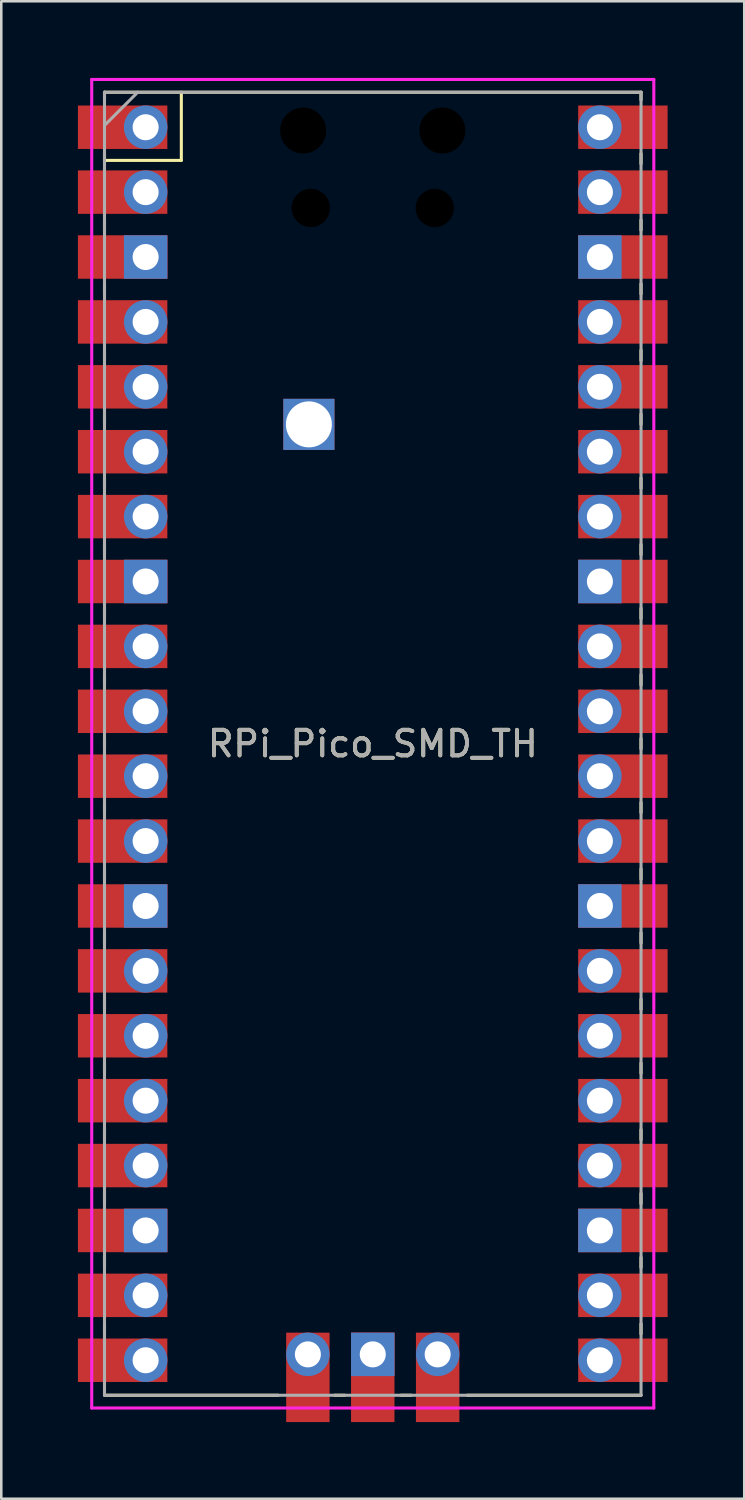
<source format=kicad_pcb>
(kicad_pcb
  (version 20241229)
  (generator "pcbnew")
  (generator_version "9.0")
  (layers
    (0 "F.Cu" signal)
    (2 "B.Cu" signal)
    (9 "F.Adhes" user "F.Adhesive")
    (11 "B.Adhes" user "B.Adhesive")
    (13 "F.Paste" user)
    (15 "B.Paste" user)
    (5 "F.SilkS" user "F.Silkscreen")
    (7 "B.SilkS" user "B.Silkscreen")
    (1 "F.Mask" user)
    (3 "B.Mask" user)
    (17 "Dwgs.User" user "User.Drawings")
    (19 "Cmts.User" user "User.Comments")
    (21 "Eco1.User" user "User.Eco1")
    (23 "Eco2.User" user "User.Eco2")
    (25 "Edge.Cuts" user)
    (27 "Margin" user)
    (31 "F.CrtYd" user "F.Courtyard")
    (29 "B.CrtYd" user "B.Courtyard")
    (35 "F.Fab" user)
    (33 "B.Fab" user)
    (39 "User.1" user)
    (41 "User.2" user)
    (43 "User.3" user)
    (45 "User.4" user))
  (footprint "RPi_Pico_SMD_TH"
    (layer "F.Cu")
    (at 11.54 26.06)
    (property "Reference" "RPi_Pico_SMD_TH" (at 0 0 0) (layer "F.SilkS") (effects (font (size 1 1) (thickness 0.15))))
    (attr through_hole)
    (fp_line (start -10.5 -25.5) (end -10.5 -25.2) (stroke (width 0.12) (type solid)) (layer "F.SilkS"))
    (fp_line (start -10.5 -25.5) (end 10.5 -25.5) (stroke (width 0.12) (type solid)) (layer "F.SilkS"))
    (fp_line (start -10.5 -23.1) (end -10.5 -22.7) (stroke (width 0.12) (type solid)) (layer "F.SilkS"))
    (fp_line (start -10.5 -22.833) (end -7.493 -22.833) (stroke (width 0.12) (type solid)) (layer "F.SilkS"))
    (fp_line (start -10.5 -20.5) (end -10.5 -20.1) (stroke (width 0.12) (type solid)) (layer "F.SilkS"))
    (fp_line (start -10.5 -18) (end -10.5 -17.6) (stroke (width 0.12) (type solid)) (layer "F.SilkS"))
    (fp_line (start -10.5 -15.4) (end -10.5 -15) (stroke (width 0.12) (type solid)) (layer "F.SilkS"))
    (fp_line (start -10.5 -12.9) (end -10.5 -12.5) (stroke (width 0.12) (type solid)) (layer "F.SilkS"))
    (fp_line (start -10.5 -10.4) (end -10.5 -10) (stroke (width 0.12) (type solid)) (layer "F.SilkS"))
    (fp_line (start -10.5 -7.8) (end -10.5 -7.4) (stroke (width 0.12) (type solid)) (layer "F.SilkS"))
    (fp_line (start -10.5 -5.3) (end -10.5 -4.9) (stroke (width 0.12) (type solid)) (layer "F.SilkS"))
    (fp_line (start -10.5 -2.7) (end -10.5 -2.3) (stroke (width 0.12) (type solid)) (layer "F.SilkS"))
    (fp_line (start -10.5 -0.2) (end -10.5 0.2) (stroke (width 0.12) (type solid)) (layer "F.SilkS"))
    (fp_line (start -10.5 2.3) (end -10.5 2.7) (stroke (width 0.12) (type solid)) (layer "F.SilkS"))
    (fp_line (start -10.5 4.9) (end -10.5 5.3) (stroke (width 0.12) (type solid)) (layer "F.SilkS"))
    (fp_line (start -10.5 7.4) (end -10.5 7.8) (stroke (width 0.12) (type solid)) (layer "F.SilkS"))
    (fp_line (start -10.5 10) (end -10.5 10.4) (stroke (width 0.12) (type solid)) (layer "F.SilkS"))
    (fp_line (start -10.5 12.5) (end -10.5 12.9) (stroke (width 0.12) (type solid)) (layer "F.SilkS"))
    (fp_line (start -10.5 15.1) (end -10.5 15.5) (stroke (width 0.12) (type solid)) (layer "F.SilkS"))
    (fp_line (start -10.5 17.6) (end -10.5 18) (stroke (width 0.12) (type solid)) (layer "F.SilkS"))
    (fp_line (start -10.5 20.1) (end -10.5 20.5) (stroke (width 0.12) (type solid)) (layer "F.SilkS"))
    (fp_line (start -10.5 22.7) (end -10.5 23.1) (stroke (width 0.12) (type solid)) (layer "F.SilkS"))
    (fp_line (start -7.493 -22.833) (end -7.493 -25.5) (stroke (width 0.12) (type solid)) (layer "F.SilkS"))
    (fp_line (start -3.7 25.5) (end -10.5 25.5) (stroke (width 0.12) (type solid)) (layer "F.SilkS"))
    (fp_line (start -1.5 25.5) (end -1.1 25.5) (stroke (width 0.12) (type solid)) (layer "F.SilkS"))
    (fp_line (start 1.1 25.5) (end 1.5 25.5) (stroke (width 0.12) (type solid)) (layer "F.SilkS"))
    (fp_line (start 10.5 -25.5) (end 10.5 -25.2) (stroke (width 0.12) (type solid)) (layer "F.SilkS"))
    (fp_line (start 10.5 -23.1) (end 10.5 -22.7) (stroke (width 0.12) (type solid)) (layer "F.SilkS"))
    (fp_line (start 10.5 -20.5) (end 10.5 -20.1) (stroke (width 0.12) (type solid)) (layer "F.SilkS"))
    (fp_line (start 10.5 -18) (end 10.5 -17.6) (stroke (width 0.12) (type solid)) (layer "F.SilkS"))
    (fp_line (start 10.5 -15.4) (end 10.5 -15) (stroke (width 0.12) (type solid)) (layer "F.SilkS"))
    (fp_line (start 10.5 -12.9) (end 10.5 -12.5) (stroke (width 0.12) (type solid)) (layer "F.SilkS"))
    (fp_line (start 10.5 -10.4) (end 10.5 -10) (stroke (width 0.12) (type solid)) (layer "F.SilkS"))
    (fp_line (start 10.5 -7.8) (end 10.5 -7.4) (stroke (width 0.12) (type solid)) (layer "F.SilkS"))
    (fp_line (start 10.5 -5.3) (end 10.5 -4.9) (stroke (width 0.12) (type solid)) (layer "F.SilkS"))
    (fp_line (start 10.5 -2.7) (end 10.5 -2.3) (stroke (width 0.12) (type solid)) (layer "F.SilkS"))
    (fp_line (start 10.5 -0.2) (end 10.5 0.2) (stroke (width 0.12) (type solid)) (layer "F.SilkS"))
    (fp_line (start 10.5 2.3) (end 10.5 2.7) (stroke (width 0.12) (type solid)) (layer "F.SilkS"))
    (fp_line (start 10.5 4.9) (end 10.5 5.3) (stroke (width 0.12) (type solid)) (layer "F.SilkS"))
    (fp_line (start 10.5 7.4) (end 10.5 7.8) (stroke (width 0.12) (type solid)) (layer "F.SilkS"))
    (fp_line (start 10.5 10) (end 10.5 10.4) (stroke (width 0.12) (type solid)) (layer "F.SilkS"))
    (fp_line (start 10.5 12.5) (end 10.5 12.9) (stroke (width 0.12) (type solid)) (layer "F.SilkS"))
    (fp_line (start 10.5 15.1) (end 10.5 15.5) (stroke (width 0.12) (type solid)) (layer "F.SilkS"))
    (fp_line (start 10.5 17.6) (end 10.5 18) (stroke (width 0.12) (type solid)) (layer "F.SilkS"))
    (fp_line (start 10.5 20.1) (end 10.5 20.5) (stroke (width 0.12) (type solid)) (layer "F.SilkS"))
    (fp_line (start 10.5 22.7) (end 10.5 23.1) (stroke (width 0.12) (type solid)) (layer "F.SilkS"))
    (fp_line (start 10.5 25.5) (end 3.7 25.5) (stroke (width 0.12) (type solid)) (layer "F.SilkS"))
    (fp_line (start -11 -26) (end 11 -26) (stroke (width 0.12) (type solid)) (layer "F.CrtYd"))
    (fp_line (start -11 26) (end -11 -26) (stroke (width 0.12) (type solid)) (layer "F.CrtYd"))
    (fp_line (start 11 -26) (end 11 26) (stroke (width 0.12) (type solid)) (layer "F.CrtYd"))
    (fp_line (start 11 26) (end -11 26) (stroke (width 0.12) (type solid)) (layer "F.CrtYd"))
    (fp_line (start -10.5 -25.5) (end 10.5 -25.5) (stroke (width 0.12) (type solid)) (layer "F.Fab"))
    (fp_line (start -10.5 -24.2) (end -9.2 -25.5) (stroke (width 0.12) (type solid)) (layer "F.Fab"))
    (fp_line (start -10.5 25.5) (end -10.5 -25.5) (stroke (width 0.12) (type solid)) (layer "F.Fab"))
    (fp_line (start 10.5 -25.5) (end 10.5 25.5) (stroke (width 0.12) (type solid)) (layer "F.Fab"))
    (fp_line (start 10.5 25.5) (end -10.5 25.5) (stroke (width 0.12) (type solid)) (layer "F.Fab"))
    (fp_text user "${REFERENCE}" (at 0 0 180) (layer "F.Fab") (effects (font (size 1 1) (thickness 0.15))))
    (pad "" np_thru_hole oval (at -2.725 -24) (size 1.8 1.8) (drill 1.8) (layers "*.Mask"))
    (pad "" np_thru_hole oval (at -2.425 -20.97) (size 1.5 1.5) (drill 1.5) (layers "*.Mask"))
    (pad "" np_thru_hole oval (at 2.425 -20.97) (size 1.5 1.5) (drill 1.5) (layers "*.Mask"))
    (pad "" np_thru_hole oval (at 2.725 -24) (size 1.8 1.8) (drill 1.8) (layers "*.Mask"))
    (pad "1" thru_hole oval (at -8.89 -24.13) (size 1.7 1.7) (drill 1.02) (layers "*.Cu" "*.Mask"))
    (pad "1" smd rect (at -8.89 -24.13) (size 3.5 1.7) (drill (offset -0.9 0)) (layers "F.Cu" "F.Mask"))
    (pad "2" thru_hole oval (at -8.89 -21.59) (size 1.7 1.7) (drill 1.02) (layers "*.Cu" "*.Mask"))
    (pad "2" smd rect (at -8.89 -21.59) (size 3.5 1.7) (drill (offset -0.9 0)) (layers "F.Cu" "F.Mask"))
    (pad "3" thru_hole rect (at -8.89 -19.05) (size 1.7 1.7) (drill 1.02) (layers "*.Cu" "*.Mask"))
    (pad "3" smd rect (at -8.89 -19.05) (size 3.5 1.7) (drill (offset -0.9 0)) (layers "F.Cu" "F.Mask"))
    (pad "4" thru_hole oval (at -8.89 -16.51) (size 1.7 1.7) (drill 1.02) (layers "*.Cu" "*.Mask"))
    (pad "4" smd rect (at -8.89 -16.51) (size 3.5 1.7) (drill (offset -0.9 0)) (layers "F.Cu" "F.Mask"))
    (pad "5" thru_hole oval (at -8.89 -13.97) (size 1.7 1.7) (drill 1.02) (layers "*.Cu" "*.Mask"))
    (pad "5" smd rect (at -8.89 -13.97) (size 3.5 1.7) (drill (offset -0.9 0)) (layers "F.Cu" "F.Mask"))
    (pad "6" thru_hole oval (at -8.89 -11.43) (size 1.7 1.7) (drill 1.02) (layers "*.Cu" "*.Mask"))
    (pad "6" smd rect (at -8.89 -11.43) (size 3.5 1.7) (drill (offset -0.9 0)) (layers "F.Cu" "F.Mask"))
    (pad "7" thru_hole oval (at -8.89 -8.89) (size 1.7 1.7) (drill 1.02) (layers "*.Cu" "*.Mask"))
    (pad "7" smd rect (at -8.89 -8.89) (size 3.5 1.7) (drill (offset -0.9 0)) (layers "F.Cu" "F.Mask"))
    (pad "8" thru_hole rect (at -8.89 -6.35) (size 1.7 1.7) (drill 1.02) (layers "*.Cu" "*.Mask"))
    (pad "8" smd rect (at -8.89 -6.35) (size 3.5 1.7) (drill (offset -0.9 0)) (layers "F.Cu" "F.Mask"))
    (pad "9" thru_hole oval (at -8.89 -3.81) (size 1.7 1.7) (drill 1.02) (layers "*.Cu" "*.Mask"))
    (pad "9" smd rect (at -8.89 -3.81) (size 3.5 1.7) (drill (offset -0.9 0)) (layers "F.Cu" "F.Mask"))
    (pad "10" thru_hole oval (at -8.89 -1.27) (size 1.7 1.7) (drill 1.02) (layers "*.Cu" "*.Mask"))
    (pad "10" smd rect (at -8.89 -1.27) (size 3.5 1.7) (drill (offset -0.9 0)) (layers "F.Cu" "F.Mask"))
    (pad "11" thru_hole oval (at -8.89 1.27) (size 1.7 1.7) (drill 1.02) (layers "*.Cu" "*.Mask"))
    (pad "11" smd rect (at -8.89 1.27) (size 3.5 1.7) (drill (offset -0.9 0)) (layers "F.Cu" "F.Mask"))
    (pad "12" thru_hole oval (at -8.89 3.81) (size 1.7 1.7) (drill 1.02) (layers "*.Cu" "*.Mask"))
    (pad "12" smd rect (at -8.89 3.81) (size 3.5 1.7) (drill (offset -0.9 0)) (layers "F.Cu" "F.Mask"))
    (pad "13" thru_hole rect (at -8.89 6.35) (size 1.7 1.7) (drill 1.02) (layers "*.Cu" "*.Mask"))
    (pad "13" smd rect (at -8.89 6.35) (size 3.5 1.7) (drill (offset -0.9 0)) (layers "F.Cu" "F.Mask"))
    (pad "14" thru_hole oval (at -8.89 8.89) (size 1.7 1.7) (drill 1.02) (layers "*.Cu" "*.Mask"))
    (pad "14" smd rect (at -8.89 8.89) (size 3.5 1.7) (drill (offset -0.9 0)) (layers "F.Cu" "F.Mask"))
    (pad "15" thru_hole oval (at -8.89 11.43) (size 1.7 1.7) (drill 1.02) (layers "*.Cu" "*.Mask"))
    (pad "15" smd rect (at -8.89 11.43) (size 3.5 1.7) (drill (offset -0.9 0)) (layers "F.Cu" "F.Mask"))
    (pad "16" thru_hole oval (at -8.89 13.97) (size 1.7 1.7) (drill 1.02) (layers "*.Cu" "*.Mask"))
    (pad "16" smd rect (at -8.89 13.97) (size 3.5 1.7) (drill (offset -0.9 0)) (layers "F.Cu" "F.Mask"))
    (pad "17" thru_hole oval (at -8.89 16.51) (size 1.7 1.7) (drill 1.02) (layers "*.Cu" "*.Mask"))
    (pad "17" smd rect (at -8.89 16.51) (size 3.5 1.7) (drill (offset -0.9 0)) (layers "F.Cu" "F.Mask"))
    (pad "18" thru_hole rect (at -8.89 19.05) (size 1.7 1.7) (drill 1.02) (layers "*.Cu" "*.Mask"))
    (pad "18" smd rect (at -8.89 19.05) (size 3.5 1.7) (drill (offset -0.9 0)) (layers "F.Cu" "F.Mask"))
    (pad "19" thru_hole oval (at -8.89 21.59) (size 1.7 1.7) (drill 1.02) (layers "*.Cu" "*.Mask"))
    (pad "19" smd rect (at -8.89 21.59) (size 3.5 1.7) (drill (offset -0.9 0)) (layers "F.Cu" "F.Mask"))
    (pad "20" thru_hole oval (at -8.89 24.13) (size 1.7 1.7) (drill 1.02) (layers "*.Cu" "*.Mask"))
    (pad "20" smd rect (at -8.89 24.13) (size 3.5 1.7) (drill (offset -0.9 0)) (layers "F.Cu" "F.Mask"))
    (pad "21" thru_hole oval (at 8.89 24.13) (size 1.7 1.7) (drill 1.02) (layers "*.Cu" "*.Mask"))
    (pad "21" smd rect (at 8.89 24.13) (size 3.5 1.7) (drill (offset 0.9 0)) (layers "F.Cu" "F.Mask"))
    (pad "22" thru_hole oval (at 8.89 21.59) (size 1.7 1.7) (drill 1.02) (layers "*.Cu" "*.Mask"))
    (pad "22" smd rect (at 8.89 21.59) (size 3.5 1.7) (drill (offset 0.9 0)) (layers "F.Cu" "F.Mask"))
    (pad "23" thru_hole rect (at 8.89 19.05) (size 1.7 1.7) (drill 1.02) (layers "*.Cu" "*.Mask"))
    (pad "23" smd rect (at 8.89 19.05) (size 3.5 1.7) (drill (offset 0.9 0)) (layers "F.Cu" "F.Mask"))
    (pad "24" thru_hole oval (at 8.89 16.51) (size 1.7 1.7) (drill 1.02) (layers "*.Cu" "*.Mask"))
    (pad "24" smd rect (at 8.89 16.51) (size 3.5 1.7) (drill (offset 0.9 0)) (layers "F.Cu" "F.Mask"))
    (pad "25" thru_hole oval (at 8.89 13.97) (size 1.7 1.7) (drill 1.02) (layers "*.Cu" "*.Mask"))
    (pad "25" smd rect (at 8.89 13.97) (size 3.5 1.7) (drill (offset 0.9 0)) (layers "F.Cu" "F.Mask"))
    (pad "26" thru_hole oval (at 8.89 11.43) (size 1.7 1.7) (drill 1.02) (layers "*.Cu" "*.Mask"))
    (pad "26" smd rect (at 8.89 11.43) (size 3.5 1.7) (drill (offset 0.9 0)) (layers "F.Cu" "F.Mask"))
    (pad "27" thru_hole oval (at 8.89 8.89) (size 1.7 1.7) (drill 1.02) (layers "*.Cu" "*.Mask"))
    (pad "27" smd rect (at 8.89 8.89) (size 3.5 1.7) (drill (offset 0.9 0)) (layers "F.Cu" "F.Mask"))
    (pad "28" thru_hole rect (at 8.89 6.35) (size 1.7 1.7) (drill 1.02) (layers "*.Cu" "*.Mask"))
    (pad "28" smd rect (at 8.89 6.35) (size 3.5 1.7) (drill (offset 0.9 0)) (layers "F.Cu" "F.Mask"))
    (pad "29" thru_hole oval (at 8.89 3.81) (size 1.7 1.7) (drill 1.02) (layers "*.Cu" "*.Mask"))
    (pad "29" smd rect (at 8.89 3.81) (size 3.5 1.7) (drill (offset 0.9 0)) (layers "F.Cu" "F.Mask"))
    (pad "30" thru_hole oval (at 8.89 1.27) (size 1.7 1.7) (drill 1.02) (layers "*.Cu" "*.Mask"))
    (pad "30" smd rect (at 8.89 1.27) (size 3.5 1.7) (drill (offset 0.9 0)) (layers "F.Cu" "F.Mask"))
    (pad "31" thru_hole oval (at 8.89 -1.27) (size 1.7 1.7) (drill 1.02) (layers "*.Cu" "*.Mask"))
    (pad "31" smd rect (at 8.89 -1.27) (size 3.5 1.7) (drill (offset 0.9 0)) (layers "F.Cu" "F.Mask"))
    (pad "32" thru_hole oval (at 8.89 -3.81) (size 1.7 1.7) (drill 1.02) (layers "*.Cu" "*.Mask"))
    (pad "32" smd rect (at 8.89 -3.81) (size 3.5 1.7) (drill (offset 0.9 0)) (layers "F.Cu" "F.Mask"))
    (pad "33" thru_hole rect (at 8.89 -6.35) (size 1.7 1.7) (drill 1.02) (layers "*.Cu" "*.Mask"))
    (pad "33" smd rect (at 8.89 -6.35) (size 3.5 1.7) (drill (offset 0.9 0)) (layers "F.Cu" "F.Mask"))
    (pad "34" thru_hole oval (at 8.89 -8.89) (size 1.7 1.7) (drill 1.02) (layers "*.Cu" "*.Mask"))
    (pad "34" smd rect (at 8.89 -8.89) (size 3.5 1.7) (drill (offset 0.9 0)) (layers "F.Cu" "F.Mask"))
    (pad "35" thru_hole oval (at 8.89 -11.43) (size 1.7 1.7) (drill 1.02) (layers "*.Cu" "*.Mask"))
    (pad "35" smd rect (at 8.89 -11.43) (size 3.5 1.7) (drill (offset 0.9 0)) (layers "F.Cu" "F.Mask"))
    (pad "36" thru_hole oval (at 8.89 -13.97) (size 1.7 1.7) (drill 1.02) (layers "*.Cu" "*.Mask"))
    (pad "36" smd rect (at 8.89 -13.97) (size 3.5 1.7) (drill (offset 0.9 0)) (layers "F.Cu" "F.Mask"))
    (pad "37" thru_hole oval (at 8.89 -16.51) (size 1.7 1.7) (drill 1.02) (layers "*.Cu" "*.Mask"))
    (pad "37" smd rect (at 8.89 -16.51) (size 3.5 1.7) (drill (offset 0.9 0)) (layers "F.Cu" "F.Mask"))
    (pad "38" thru_hole rect (at 8.89 -19.05) (size 1.7 1.7) (drill 1.02) (layers "*.Cu" "*.Mask"))
    (pad "38" smd rect (at 8.89 -19.05) (size 3.5 1.7) (drill (offset 0.9 0)) (layers "F.Cu" "F.Mask"))
    (pad "39" thru_hole oval (at 8.89 -21.59) (size 1.7 1.7) (drill 1.02) (layers "*.Cu" "*.Mask"))
    (pad "39" smd rect (at 8.89 -21.59) (size 3.5 1.7) (drill (offset 0.9 0)) (layers "F.Cu" "F.Mask"))
    (pad "40" thru_hole oval (at 8.89 -24.13) (size 1.7 1.7) (drill 1.02) (layers "*.Cu" "*.Mask"))
    (pad "40" smd rect (at 8.89 -24.13) (size 3.5 1.7) (drill (offset 0.9 0)) (layers "F.Cu" "F.Mask"))
    (pad "41" thru_hole oval (at -2.54 23.9) (size 1.7 1.7) (drill 1.02) (layers "*.Cu" "*.Mask"))
    (pad "41" smd rect (at -2.54 23.9 90) (size 3.5 1.7) (drill (offset -0.9 0)) (layers "F.Cu" "F.Mask"))
    (pad "42" thru_hole rect (at 0 23.9) (size 1.7 1.7) (drill 1.02) (layers "*.Cu" "*.Mask"))
    (pad "42" smd rect (at 0 23.9 90) (size 3.5 1.7) (drill (offset -0.9 0)) (layers "F.Cu" "F.Mask"))
    (pad "43" thru_hole oval (at 2.54 23.9) (size 1.7 1.7) (drill 1.02) (layers "*.Cu" "*.Mask"))
    (pad "43" smd rect (at 2.54 23.9 90) (size 3.5 1.7) (drill (offset -0.9 0)) (layers "F.Cu" "F.Mask"))
    (pad "44" thru_hole rect (at -2.5 -12.5) (size 2 2) (drill 1.8) (layers "*.Cu" "*.Mask"))
    (zone (net_name "") (layer "F.Cu") (hatch edge 0.5) (connect_pads) (min_thickness 0.25) (filled_areas_thickness no) (keepout (tracks not_allowed) (vias not_allowed) (pads not_allowed) (copperpour not_allowed) (footprints allowed)) (placement (enabled no)) (fill) (polygon (pts (xy 10.04 9.56) (xy 8.04 9.56) (xy 8.04 7.56) (xy 10.04 7.56))))
    (zone (net_name "") (layer "F.Cu") (hatch edge 0.5) (connect_pads) (min_thickness 0.25) (filled_areas_thickness no) (keepout (tracks not_allowed) (vias not_allowed) (pads not_allowed) (copperpour not_allowed) (footprints allowed)) (placement (enabled no)) (fill) (polygon (pts (xy 10.04 12.06) (xy 8.04 12.06) (xy 8.04 10.06) (xy 10.04 10.06))))
    (zone (net_name "") (layer "F.Cu") (hatch edge 0.5) (connect_pads) (min_thickness 0.25) (filled_areas_thickness no) (keepout (tracks not_allowed) (vias not_allowed) (pads not_allowed) (copperpour not_allowed) (footprints allowed)) (placement (enabled no)) (fill) (polygon (pts (xy 15.24 5.86) (xy 7.84 5.86) (xy 7.84 1.16) (xy 15.24 1.16)))))
  (gr_rect
    (start -3 -3)
    (end 26.08 55.61)
    (stroke (width 0.1) (type default))
    (fill no)
    (layer "Edge.Cuts")))
</source>
